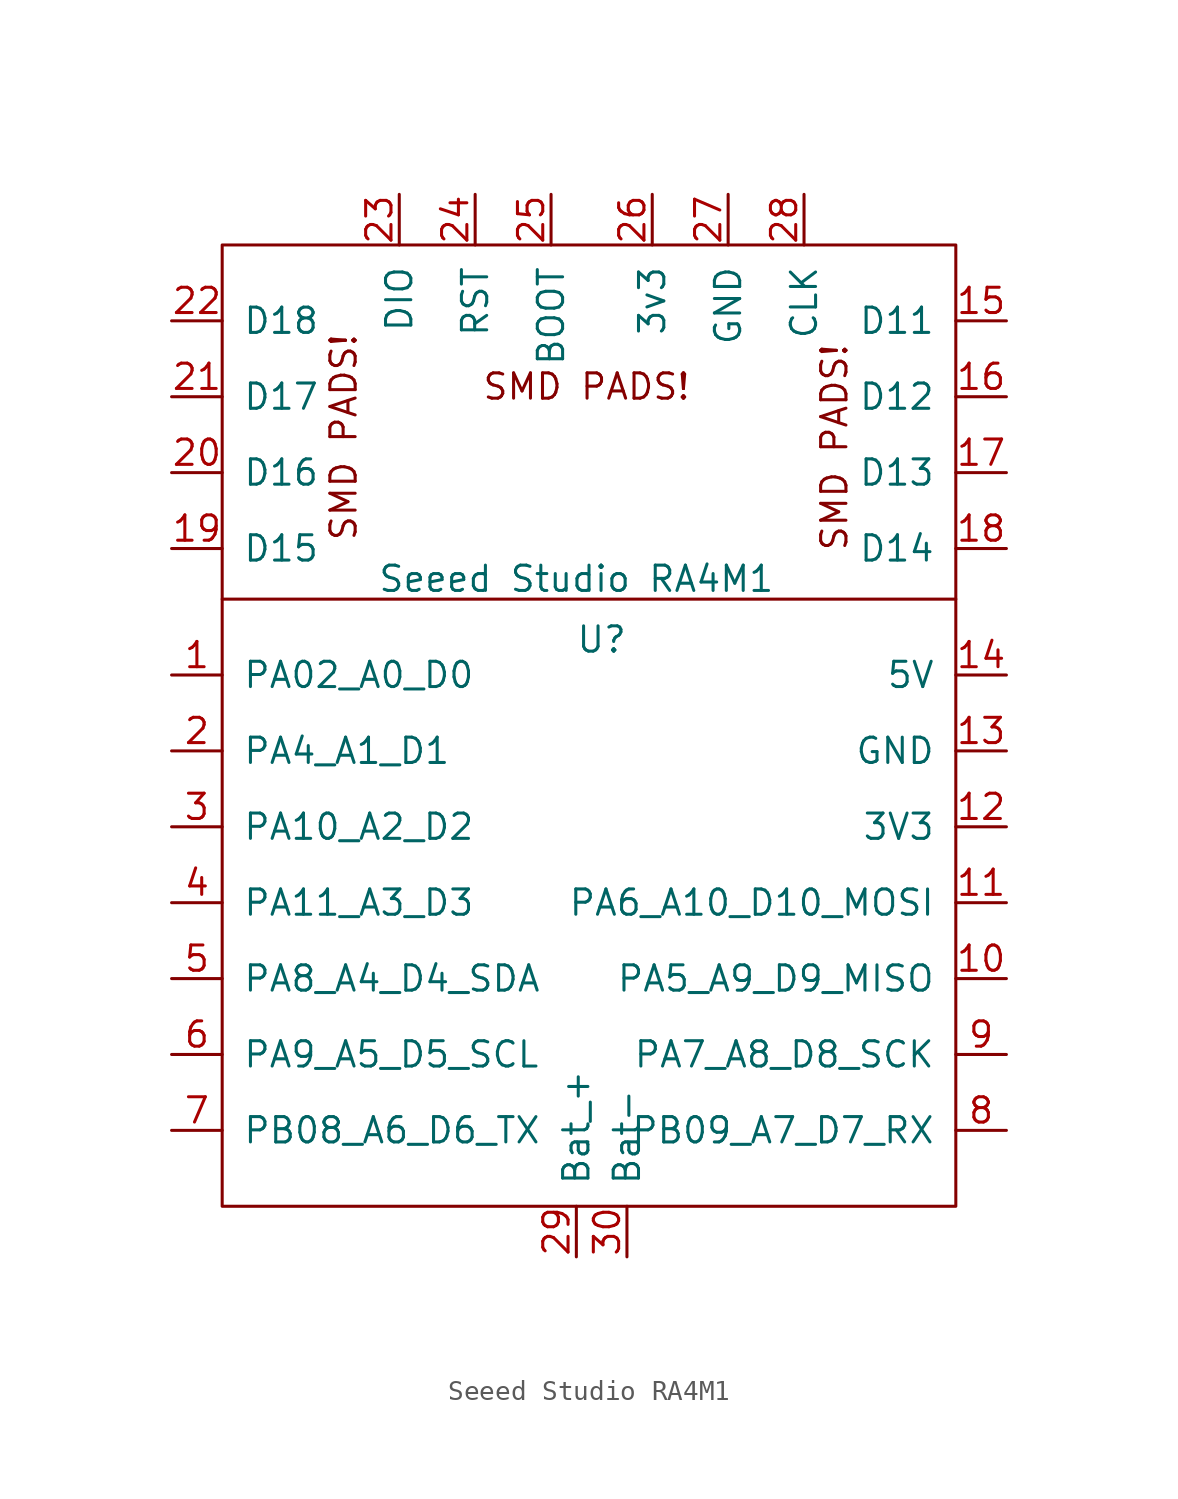
<source format=kicad_sym>
(kicad_symbol_lib
  (version 20231120)
  (generator "kicad_symbol_editor")
  (generator_version "8.0")
  (symbol "Seeed Studio RA4M1"
    (pin_names
      (offset 1.016))
    (property "Reference" "U"
      (at 0 4.318 0)
      (effects (font (size 1.27 1.27))))
    (property "Value" "Seeed Studio RA4M1"
      (at -1.27 7.366 0)
      (effects (font (size 1.27 1.27))))
    (symbol "Seeed Studio RA4M1_0_1"
      (rectangle (start -19.05 24.13) (end 17.78 -24.13) (stroke (width 0) (type default)) (fill (type none)))
      (polyline (pts (xy -19.05 6.35) (xy 17.78 6.35)) (stroke (width 0) (type default)) (fill (type none))))
    (symbol "Seeed Studio RA4M1_1_1"
      (text "SMD PADS!" (at -12.954 14.478 900) (effects (font (size 1.27 1.27))))
      (text "SMD PADS!" (at -0.762 17.018 0) (effects (font (size 1.27 1.27))))
      (text "SMD PADS!" (at 11.684 13.97 900) (effects (font (size 1.27 1.27))))
      (pin unspecified line (at -21.59 2.54 0) (length 2.54) (name "PA02_A0_D0" (effects (font (size 1.27 1.27)))) (number "1" (effects (font (size 1.27 1.27)))))
      (pin unspecified line (at 20.32 -12.7 180) (length 2.54) (name "PA5_A9_D9_MISO" (effects (font (size 1.27 1.27)))) (number "10" (effects (font (size 1.27 1.27)))))
      (pin unspecified line (at 20.32 -8.89 180) (length 2.54) (name "PA6_A10_D10_MOSI" (effects (font (size 1.27 1.27)))) (number "11" (effects (font (size 1.27 1.27)))))
      (pin unspecified line (at 20.32 -5.08 180) (length 2.54) (name "3V3" (effects (font (size 1.27 1.27)))) (number "12" (effects (font (size 1.27 1.27)))))
      (pin unspecified line (at 20.32 -1.27 180) (length 2.54) (name "GND" (effects (font (size 1.27 1.27)))) (number "13" (effects (font (size 1.27 1.27)))))
      (pin unspecified line (at 20.32 2.54 180) (length 2.54) (name "5V" (effects (font (size 1.27 1.27)))) (number "14" (effects (font (size 1.27 1.27)))))
      (pin bidirectional line (at 20.32 20.32 180) (length 2.54) (name "D11" (effects (font (size 1.27 1.27)))) (number "15" (effects (font (size 1.27 1.27)))))
      (pin bidirectional line (at 20.32 16.51 180) (length 2.54) (name "D12" (effects (font (size 1.27 1.27)))) (number "16" (effects (font (size 1.27 1.27)))))
      (pin bidirectional line (at 20.32 12.7 180) (length 2.54) (name "D13" (effects (font (size 1.27 1.27)))) (number "17" (effects (font (size 1.27 1.27)))))
      (pin bidirectional line (at 20.32 8.89 180) (length 2.54) (name "D14" (effects (font (size 1.27 1.27)))) (number "18" (effects (font (size 1.27 1.27)))))
      (pin bidirectional line (at -21.59 8.89 0) (length 2.54) (name "D15" (effects (font (size 1.27 1.27)))) (number "19" (effects (font (size 1.27 1.27)))))
      (pin unspecified line (at -21.59 -1.27 0) (length 2.54) (name "PA4_A1_D1" (effects (font (size 1.27 1.27)))) (number "2" (effects (font (size 1.27 1.27)))))
      (pin bidirectional line (at -21.59 12.7 0) (length 2.54) (name "D16" (effects (font (size 1.27 1.27)))) (number "20" (effects (font (size 1.27 1.27)))))
      (pin bidirectional line (at -21.59 16.51 0) (length 2.54) (name "D17" (effects (font (size 1.27 1.27)))) (number "21" (effects (font (size 1.27 1.27)))))
      (pin bidirectional line (at -21.59 20.32 0) (length 2.54) (name "D18" (effects (font (size 1.27 1.27)))) (number "22" (effects (font (size 1.27 1.27)))))
      (pin bidirectional line (at -10.16 26.67 270) (length 2.54) (name "DIO" (effects (font (size 1.27 1.27)))) (number "23" (effects (font (size 1.27 1.27)))))
      (pin bidirectional line (at -6.35 26.67 270) (length 2.54) (name "RST" (effects (font (size 1.27 1.27)))) (number "24" (effects (font (size 1.27 1.27)))))
      (pin bidirectional line (at -2.54 26.67 270) (length 2.54) (name "BOOT" (effects (font (size 1.27 1.27)))) (number "25" (effects (font (size 1.27 1.27)))))
      (pin bidirectional line (at 2.54 26.67 270) (length 2.54) (name "3v3" (effects (font (size 1.27 1.27)))) (number "26" (effects (font (size 1.27 1.27)))))
      (pin bidirectional line (at 6.35 26.67 270) (length 2.54) (name "GND" (effects (font (size 1.27 1.27)))) (number "27" (effects (font (size 1.27 1.27)))))
      (pin bidirectional line (at 10.16 26.67 270) (length 2.54) (name "CLK" (effects (font (size 1.27 1.27)))) (number "28" (effects (font (size 1.27 1.27)))))
      (pin power_in line (at -1.27 -26.67 90) (length 2.54) (name "Bat_+" (effects (font (size 1.27 1.27)))) (number "29" (effects (font (size 1.27 1.27)))))
      (pin unspecified line (at -21.59 -5.08 0) (length 2.54) (name "PA10_A2_D2" (effects (font (size 1.27 1.27)))) (number "3" (effects (font (size 1.27 1.27)))))
      (pin power_in line (at 1.27 -26.67 90) (length 2.54) (name "Bat-" (effects (font (size 1.27 1.27)))) (number "30" (effects (font (size 1.27 1.27)))))
      (pin unspecified line (at -21.59 -8.89 0) (length 2.54) (name "PA11_A3_D3" (effects (font (size 1.27 1.27)))) (number "4" (effects (font (size 1.27 1.27)))))
      (pin unspecified line (at -21.59 -12.7 0) (length 2.54) (name "PA8_A4_D4_SDA" (effects (font (size 1.27 1.27)))) (number "5" (effects (font (size 1.27 1.27)))))
      (pin unspecified line (at -21.59 -16.51 0) (length 2.54) (name "PA9_A5_D5_SCL" (effects (font (size 1.27 1.27)))) (number "6" (effects (font (size 1.27 1.27)))))
      (pin unspecified line (at -21.59 -20.32 0) (length 2.54) (name "PB08_A6_D6_TX" (effects (font (size 1.27 1.27)))) (number "7" (effects (font (size 1.27 1.27)))))
      (pin unspecified line (at 20.32 -20.32 180) (length 2.54) (name "PB09_A7_D7_RX" (effects (font (size 1.27 1.27)))) (number "8" (effects (font (size 1.27 1.27)))))
      (pin unspecified line (at 20.32 -16.51 180) (length 2.54) (name "PA7_A8_D8_SCK" (effects (font (size 1.27 1.27)))) (number "9" (effects (font (size 1.27 1.27))))))))
</source>
